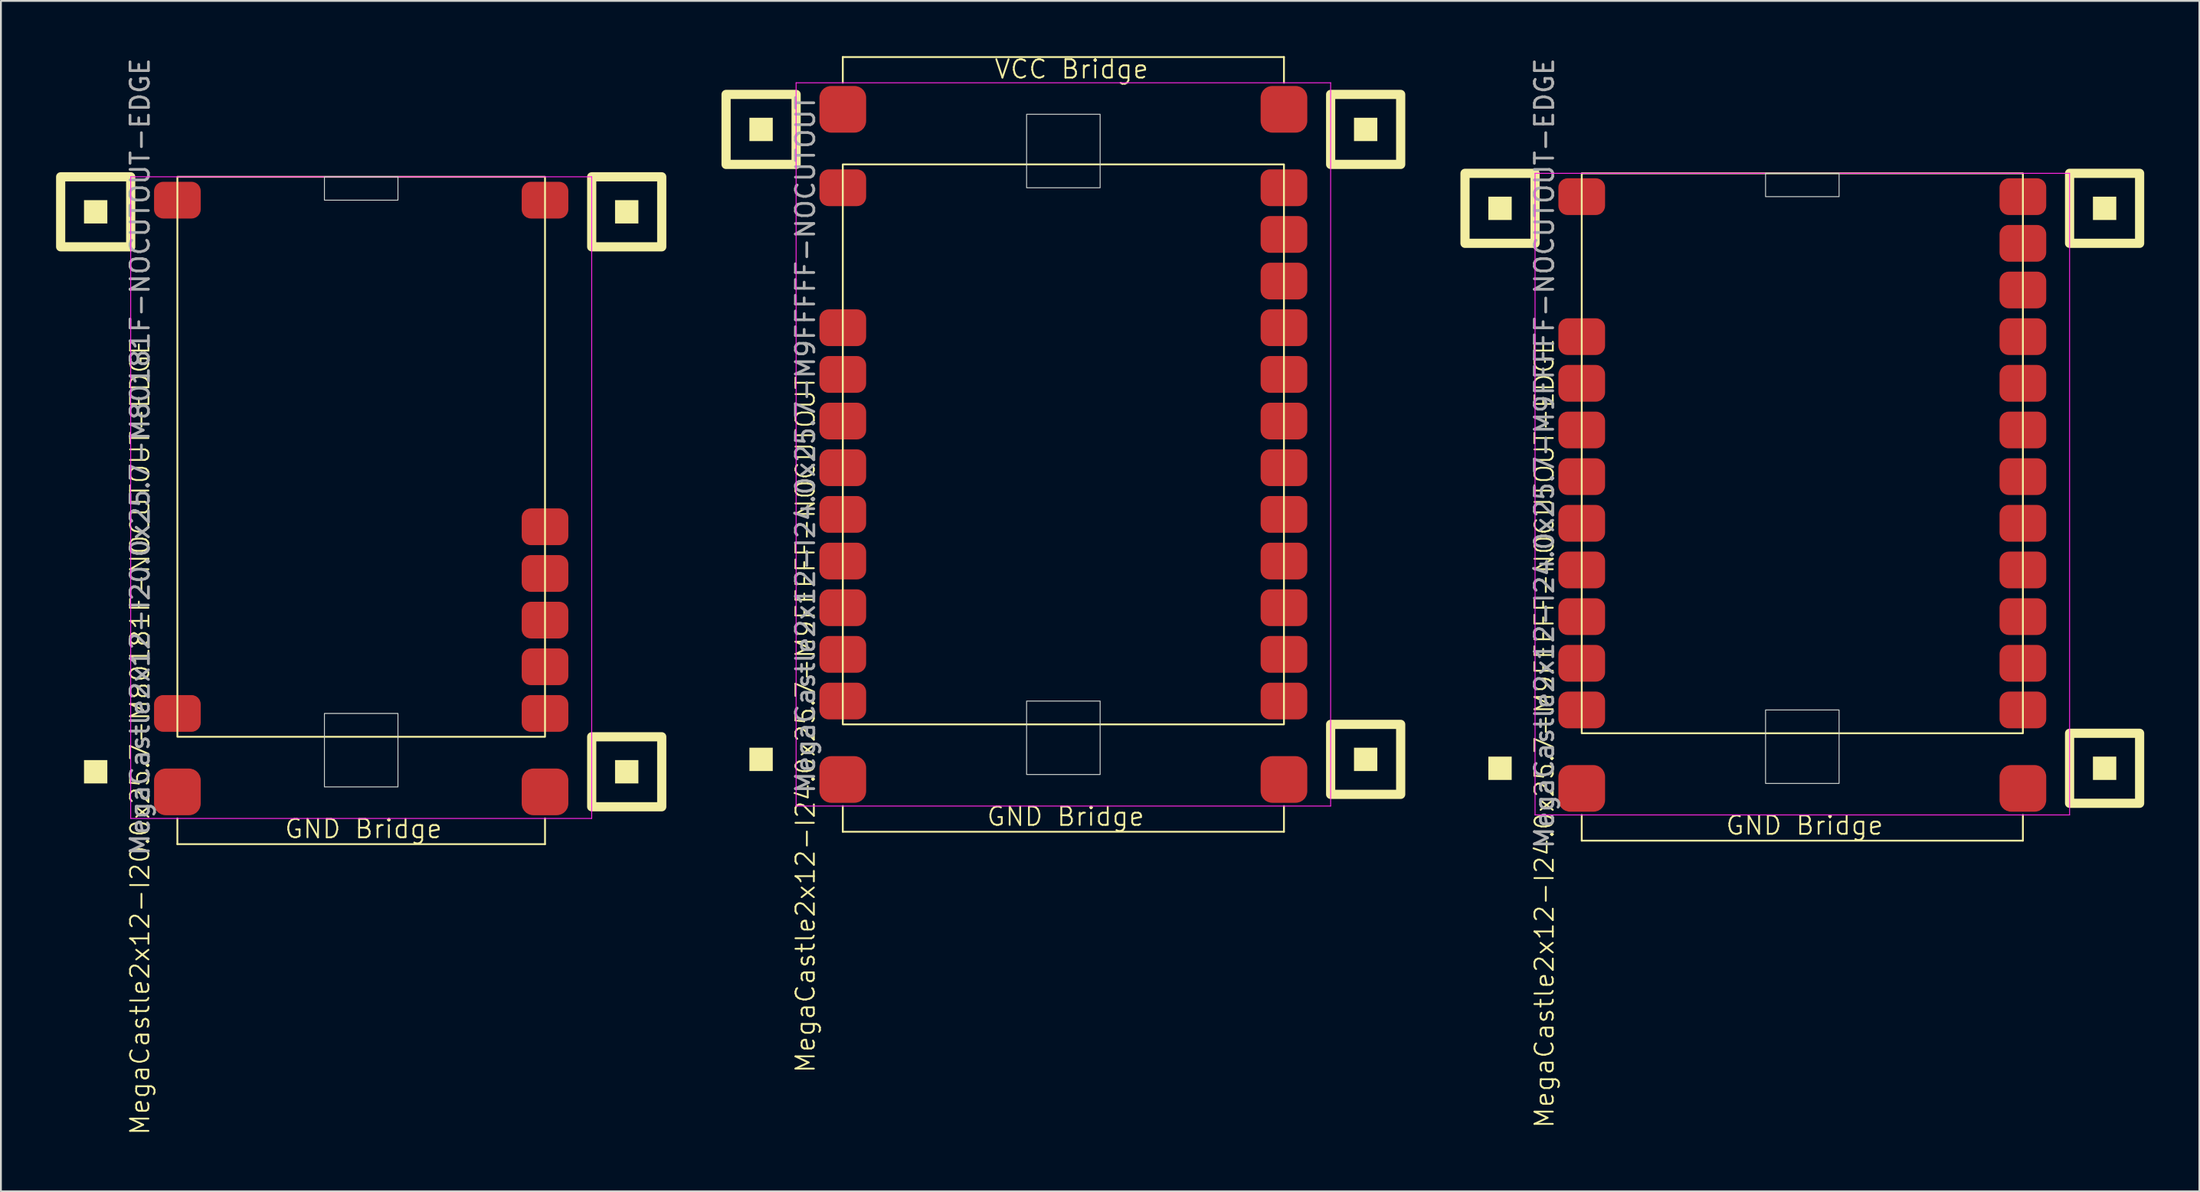
<source format=kicad_pcb>
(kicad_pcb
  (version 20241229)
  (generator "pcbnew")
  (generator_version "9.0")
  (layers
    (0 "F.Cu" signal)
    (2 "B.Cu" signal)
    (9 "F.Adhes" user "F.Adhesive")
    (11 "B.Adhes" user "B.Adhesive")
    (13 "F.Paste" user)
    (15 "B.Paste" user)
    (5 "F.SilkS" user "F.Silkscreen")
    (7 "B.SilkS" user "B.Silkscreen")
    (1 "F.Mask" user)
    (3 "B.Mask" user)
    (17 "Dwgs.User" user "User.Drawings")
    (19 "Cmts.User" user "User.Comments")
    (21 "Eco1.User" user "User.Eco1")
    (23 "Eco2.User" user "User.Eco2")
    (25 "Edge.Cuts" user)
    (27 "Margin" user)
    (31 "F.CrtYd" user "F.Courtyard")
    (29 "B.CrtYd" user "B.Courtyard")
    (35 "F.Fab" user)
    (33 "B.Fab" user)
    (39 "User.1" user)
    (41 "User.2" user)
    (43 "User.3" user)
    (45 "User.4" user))
  (footprint "MegaCastle2x12-I20.0x25.7-M80181F-NOCUTOUT-EDGE"
    (layer "F.Cu")
    (at 16.6 21.815)
    (property "Reference" "MegaCastle2x12-I20.0x25.7-M80181F-NOCUTOUT-EDGE" (at -12.032 15.24 90) (unlocked yes) (layer "F.SilkS") (effects (font (size 1 1) (thickness 0.1))))
    (attr smd)
    (fp_line (start -10 19.685) (end -10 21.085) (stroke (width 0.1) (type default)) (layer "F.SilkS"))
    (fp_line (start -10 21.085) (end 10 21.085) (stroke (width 0.1) (type default)) (layer "F.SilkS"))
    (fp_line (start 10 19.685) (end 10 21.085) (stroke (width 0.1) (type default)) (layer "F.SilkS"))
    (fp_rect (start -13.81 -12.7) (end -15.08 -13.97) (stroke (width 0) (type solid)) (fill yes) (layer "F.SilkS"))
    (fp_rect (start -13.81 17.78) (end -15.08 16.51) (stroke (width 0) (type solid)) (fill yes) (layer "F.SilkS"))
    (fp_rect (start -12.54 -11.43) (end -16.35 -15.24) (stroke (width 0.5) (type default)) (fill no) (layer "F.SilkS"))
    (fp_rect (start -10 -15.24) (end 10 15.24) (stroke (width 0.1) (type default)) (fill no) (layer "F.SilkS"))
    (fp_rect (start 15.08 -12.7) (end 13.81 -13.97) (stroke (width 0) (type solid)) (fill yes) (layer "F.SilkS"))
    (fp_rect (start 15.08 17.78) (end 13.81 16.51) (stroke (width 0) (type solid)) (fill yes) (layer "F.SilkS"))
    (fp_rect (start 16.35 -11.43) (end 12.54 -15.24) (stroke (width 0.5) (type default)) (fill no) (layer "F.SilkS"))
    (fp_rect (start 16.35 19.05) (end 12.54 15.24) (stroke (width 0.5) (type default)) (fill no) (layer "F.SilkS"))
    (fp_rect (start -2 -13.97) (end 2 -15.24) (stroke (width 0.05) (type default)) (fill no) (layer "Edge.Cuts"))
    (fp_rect (start -2 13.97) (end 2 17.97) (stroke (width 0.05) (type default)) (fill no) (layer "Edge.Cuts"))
    (fp_line (start -12.54 -15.24) (end -12.54 19.685) (stroke (width 0.05) (type default)) (layer "F.CrtYd"))
    (fp_line (start -12.54 19.685) (end 12.54 19.685) (stroke (width 0.05) (type default)) (layer "F.CrtYd"))
    (fp_line (start 12.54 -15.24) (end -12.54 -15.24) (stroke (width 0.05) (type default)) (layer "F.CrtYd"))
    (fp_line (start 12.54 -15.24) (end 12.54 19.685) (stroke (width 0.05) (type default)) (layer "F.CrtYd"))
    (fp_text user "GND Bridge" (at -4.226 20.84 0) (unlocked yes) (layer "F.SilkS") (effects (font (size 1 1) (thickness 0.1)) (justify left bottom)))
    (fp_text user "${REFERENCE}" (at -12.032 0 90) (unlocked yes) (layer "F.Fab") (effects (font (size 1 1) (thickness 0.15))))
    (pad "1" smd roundrect (at -10 -13.97) (size 2.54 2) (layers "F.Cu" "F.Mask" "F.Paste") (roundrect_rratio 0.25))
    (pad "12" smd roundrect (at -10 13.97) (size 2.54 2) (layers "F.Cu" "F.Mask" "F.Paste") (roundrect_rratio 0.25))
    (pad "13" smd roundrect (at 10 -13.97) (size 2.54 2) (layers "F.Cu" "F.Mask" "F.Paste") (roundrect_rratio 0.25))
    (pad "20" smd roundrect (at 10 3.81) (size 2.54 2) (layers "F.Cu" "F.Mask" "F.Paste") (roundrect_rratio 0.25))
    (pad "21" smd roundrect (at 10 6.35) (size 2.54 2) (layers "F.Cu" "F.Mask" "F.Paste") (roundrect_rratio 0.25))
    (pad "22" smd roundrect (at 10 8.89) (size 2.54 2) (layers "F.Cu" "F.Mask" "F.Paste") (roundrect_rratio 0.25))
    (pad "23" smd roundrect (at 10 11.43) (size 2.54 2) (layers "F.Cu" "F.Mask" "F.Paste") (roundrect_rratio 0.25))
    (pad "24" smd roundrect (at 10 13.97) (size 2.54 2) (layers "F.Cu" "F.Mask" "F.Paste") (roundrect_rratio 0.25))
    (pad "B1" smd roundrect (at -10 18.24) (size 2.54 2.54) (layers "F.Cu" "F.Mask" "F.Paste") (roundrect_rratio 0.25))
    (pad "B2" smd roundrect (at 10 18.24) (size 2.54 2.54) (layers "F.Cu" "F.Mask" "F.Paste") (roundrect_rratio 0.25)))
  (footprint "MegaCastle2x12-I24.0x25.7-M9FFFFF-NOCUTOUT"
    (layer "F.Cu")
    (at 54.8 21.14)
    (property "Reference" "MegaCastle2x12-I24.0x25.7-M9FFFFF-NOCUTOUT" (at -14.032 15.24 90) (unlocked yes) (layer "F.SilkS") (effects (font (size 1 1) (thickness 0.1))))
    (attr smd)
    (fp_line (start -12 -21.085) (end 12 -21.085) (stroke (width 0.1) (type default)) (layer "F.SilkS"))
    (fp_line (start -12 -19.685) (end -12 -21.085) (stroke (width 0.1) (type default)) (layer "F.SilkS"))
    (fp_line (start -12 19.685) (end -12 21.085) (stroke (width 0.1) (type default)) (layer "F.SilkS"))
    (fp_line (start -12 21.085) (end 12 21.085) (stroke (width 0.1) (type default)) (layer "F.SilkS"))
    (fp_line (start 12 -19.685) (end 12 -21.085) (stroke (width 0.1) (type default)) (layer "F.SilkS"))
    (fp_line (start 12 19.685) (end 12 21.085) (stroke (width 0.1) (type default)) (layer "F.SilkS"))
    (fp_rect (start -15.81 -16.51) (end -17.08 -17.78) (stroke (width 0) (type solid)) (fill yes) (layer "F.SilkS"))
    (fp_rect (start -15.81 17.78) (end -17.08 16.51) (stroke (width 0) (type solid)) (fill yes) (layer "F.SilkS"))
    (fp_rect (start -14.54 -15.24) (end -18.35 -19.05) (stroke (width 0.5) (type default)) (fill no) (layer "F.SilkS"))
    (fp_rect (start -12 -15.24) (end 12 15.24) (stroke (width 0.1) (type default)) (fill no) (layer "F.SilkS"))
    (fp_rect (start 17.08 -16.51) (end 15.81 -17.78) (stroke (width 0) (type solid)) (fill yes) (layer "F.SilkS"))
    (fp_rect (start 17.08 17.78) (end 15.81 16.51) (stroke (width 0) (type solid)) (fill yes) (layer "F.SilkS"))
    (fp_rect (start 18.35 -15.24) (end 14.54 -19.05) (stroke (width 0.5) (type default)) (fill no) (layer "F.SilkS"))
    (fp_rect (start 18.35 19.05) (end 14.54 15.24) (stroke (width 0.5) (type default)) (fill no) (layer "F.SilkS"))
    (fp_rect (start -2 -13.97) (end 2 -17.97) (stroke (width 0.05) (type default)) (fill no) (layer "Edge.Cuts"))
    (fp_rect (start -2 13.97) (end 2 17.97) (stroke (width 0.05) (type default)) (fill no) (layer "Edge.Cuts"))
    (fp_line (start -14.54 -19.685) (end -14.54 19.685) (stroke (width 0.05) (type default)) (layer "F.CrtYd"))
    (fp_line (start -14.54 19.685) (end 14.54 19.685) (stroke (width 0.05) (type default)) (layer "F.CrtYd"))
    (fp_line (start 14.54 -19.685) (end -14.54 -19.685) (stroke (width 0.05) (type default)) (layer "F.CrtYd"))
    (fp_line (start 14.54 -19.685) (end 14.54 19.685) (stroke (width 0.05) (type default)) (layer "F.CrtYd"))
    (fp_text user "GND Bridge" (at -4.226 20.84 0) (unlocked yes) (layer "F.SilkS") (effects (font (size 1 1) (thickness 0.1)) (justify left bottom)))
    (fp_text user "VCC Bridge" (at -3.81 -19.84 0) (unlocked yes) (layer "F.SilkS") (effects (font (size 1 1) (thickness 0.1)) (justify left bottom)))
    (fp_text user "${REFERENCE}" (at -14.032 0 90) (unlocked yes) (layer "F.Fab") (effects (font (size 1 1) (thickness 0.15))))
    (pad "1" smd roundrect (at -12 -13.97) (size 2.54 2) (layers "F.Cu" "F.Mask" "F.Paste") (roundrect_rratio 0.25))
    (pad "4" smd roundrect (at -12 -6.35) (size 2.54 2) (layers "F.Cu" "F.Mask" "F.Paste") (roundrect_rratio 0.25))
    (pad "5" smd roundrect (at -12 -3.81) (size 2.54 2) (layers "F.Cu" "F.Mask" "F.Paste") (roundrect_rratio 0.25))
    (pad "6" smd roundrect (at -12 -1.27) (size 2.54 2) (layers "F.Cu" "F.Mask" "F.Paste") (roundrect_rratio 0.25))
    (pad "7" smd roundrect (at -12 1.27) (size 2.54 2) (layers "F.Cu" "F.Mask" "F.Paste") (roundrect_rratio 0.25))
    (pad "8" smd roundrect (at -12 3.81) (size 2.54 2) (layers "F.Cu" "F.Mask" "F.Paste") (roundrect_rratio 0.25))
    (pad "9" smd roundrect (at -12 6.35) (size 2.54 2) (layers "F.Cu" "F.Mask" "F.Paste") (roundrect_rratio 0.25))
    (pad "10" smd roundrect (at -12 8.89) (size 2.54 2) (layers "F.Cu" "F.Mask" "F.Paste") (roundrect_rratio 0.25))
    (pad "11" smd roundrect (at -12 11.43) (size 2.54 2) (layers "F.Cu" "F.Mask" "F.Paste") (roundrect_rratio 0.25))
    (pad "12" smd roundrect (at -12 13.97) (size 2.54 2) (layers "F.Cu" "F.Mask" "F.Paste") (roundrect_rratio 0.25))
    (pad "13" smd roundrect (at 12 -13.97) (size 2.54 2) (layers "F.Cu" "F.Mask" "F.Paste") (roundrect_rratio 0.25))
    (pad "14" smd roundrect (at 12 -11.43) (size 2.54 2) (layers "F.Cu" "F.Mask" "F.Paste") (roundrect_rratio 0.25))
    (pad "15" smd roundrect (at 12 -8.89) (size 2.54 2) (layers "F.Cu" "F.Mask" "F.Paste") (roundrect_rratio 0.25))
    (pad "16" smd roundrect (at 12 -6.35) (size 2.54 2) (layers "F.Cu" "F.Mask" "F.Paste") (roundrect_rratio 0.25))
    (pad "17" smd roundrect (at 12 -3.81) (size 2.54 2) (layers "F.Cu" "F.Mask" "F.Paste") (roundrect_rratio 0.25))
    (pad "18" smd roundrect (at 12 -1.27) (size 2.54 2) (layers "F.Cu" "F.Mask" "F.Paste") (roundrect_rratio 0.25))
    (pad "19" smd roundrect (at 12 1.27) (size 2.54 2) (layers "F.Cu" "F.Mask" "F.Paste") (roundrect_rratio 0.25))
    (pad "20" smd roundrect (at 12 3.81) (size 2.54 2) (layers "F.Cu" "F.Mask" "F.Paste") (roundrect_rratio 0.25))
    (pad "21" smd roundrect (at 12 6.35) (size 2.54 2) (layers "F.Cu" "F.Mask" "F.Paste") (roundrect_rratio 0.25))
    (pad "22" smd roundrect (at 12 8.89) (size 2.54 2) (layers "F.Cu" "F.Mask" "F.Paste") (roundrect_rratio 0.25))
    (pad "23" smd roundrect (at 12 11.43) (size 2.54 2) (layers "F.Cu" "F.Mask" "F.Paste") (roundrect_rratio 0.25))
    (pad "24" smd roundrect (at 12 13.97) (size 2.54 2) (layers "F.Cu" "F.Mask" "F.Paste") (roundrect_rratio 0.25))
    (pad "A1" smd roundrect (at -12 -18.24) (size 2.54 2.54) (layers "F.Cu" "F.Mask" "F.Paste") (roundrect_rratio 0.25))
    (pad "A2" smd roundrect (at 12 -18.24) (size 2.54 2.54) (layers "F.Cu" "F.Mask" "F.Paste") (roundrect_rratio 0.25))
    (pad "B1" smd roundrect (at -12 18.24) (size 2.54 2.54) (layers "F.Cu" "F.Mask" "F.Paste") (roundrect_rratio 0.25))
    (pad "B2" smd roundrect (at 12 18.24) (size 2.54 2.54) (layers "F.Cu" "F.Mask" "F.Paste") (roundrect_rratio 0.25)))
  (footprint "MegaCastle2x12-I24.0x25.7-M9FFFFF-NOCUTOUT-EDGE"
    (layer "F.Cu")
    (at 95 21.625)
    (property "Reference" "MegaCastle2x12-I24.0x25.7-M9FFFFF-NOCUTOUT-EDGE" (at -14.032 15.24 90) (unlocked yes) (layer "F.SilkS") (effects (font (size 1 1) (thickness 0.1))))
    (attr smd)
    (fp_line (start -12 19.685) (end -12 21.085) (stroke (width 0.1) (type default)) (layer "F.SilkS"))
    (fp_line (start -12 21.085) (end 12 21.085) (stroke (width 0.1) (type default)) (layer "F.SilkS"))
    (fp_line (start 12 19.685) (end 12 21.085) (stroke (width 0.1) (type default)) (layer "F.SilkS"))
    (fp_rect (start -15.81 -12.7) (end -17.08 -13.97) (stroke (width 0) (type solid)) (fill yes) (layer "F.SilkS"))
    (fp_rect (start -15.81 17.78) (end -17.08 16.51) (stroke (width 0) (type solid)) (fill yes) (layer "F.SilkS"))
    (fp_rect (start -14.54 -11.43) (end -18.35 -15.24) (stroke (width 0.5) (type default)) (fill no) (layer "F.SilkS"))
    (fp_rect (start -12 -15.24) (end 12 15.24) (stroke (width 0.1) (type default)) (fill no) (layer "F.SilkS"))
    (fp_rect (start 17.08 -12.7) (end 15.81 -13.97) (stroke (width 0) (type solid)) (fill yes) (layer "F.SilkS"))
    (fp_rect (start 17.08 17.78) (end 15.81 16.51) (stroke (width 0) (type solid)) (fill yes) (layer "F.SilkS"))
    (fp_rect (start 18.35 -11.43) (end 14.54 -15.24) (stroke (width 0.5) (type default)) (fill no) (layer "F.SilkS"))
    (fp_rect (start 18.35 19.05) (end 14.54 15.24) (stroke (width 0.5) (type default)) (fill no) (layer "F.SilkS"))
    (fp_rect (start -2 -13.97) (end 2 -15.24) (stroke (width 0.05) (type default)) (fill no) (layer "Edge.Cuts"))
    (fp_rect (start -2 13.97) (end 2 17.97) (stroke (width 0.05) (type default)) (fill no) (layer "Edge.Cuts"))
    (fp_line (start -14.54 -15.24) (end -14.54 19.685) (stroke (width 0.05) (type default)) (layer "F.CrtYd"))
    (fp_line (start -14.54 19.685) (end 14.54 19.685) (stroke (width 0.05) (type default)) (layer "F.CrtYd"))
    (fp_line (start 14.54 -15.24) (end -14.54 -15.24) (stroke (width 0.05) (type default)) (layer "F.CrtYd"))
    (fp_line (start 14.54 -15.24) (end 14.54 19.685) (stroke (width 0.05) (type default)) (layer "F.CrtYd"))
    (fp_text user "GND Bridge" (at -4.226 20.84 0) (unlocked yes) (layer "F.SilkS") (effects (font (size 1 1) (thickness 0.1)) (justify left bottom)))
    (fp_text user "${REFERENCE}" (at -14.032 0 90) (unlocked yes) (layer "F.Fab") (effects (font (size 1 1) (thickness 0.15))))
    (pad "1" smd roundrect (at -12 -13.97) (size 2.54 2) (layers "F.Cu" "F.Mask" "F.Paste") (roundrect_rratio 0.25))
    (pad "4" smd roundrect (at -12 -6.35) (size 2.54 2) (layers "F.Cu" "F.Mask" "F.Paste") (roundrect_rratio 0.25))
    (pad "5" smd roundrect (at -12 -3.81) (size 2.54 2) (layers "F.Cu" "F.Mask" "F.Paste") (roundrect_rratio 0.25))
    (pad "6" smd roundrect (at -12 -1.27) (size 2.54 2) (layers "F.Cu" "F.Mask" "F.Paste") (roundrect_rratio 0.25))
    (pad "7" smd roundrect (at -12 1.27) (size 2.54 2) (layers "F.Cu" "F.Mask" "F.Paste") (roundrect_rratio 0.25))
    (pad "8" smd roundrect (at -12 3.81) (size 2.54 2) (layers "F.Cu" "F.Mask" "F.Paste") (roundrect_rratio 0.25))
    (pad "9" smd roundrect (at -12 6.35) (size 2.54 2) (layers "F.Cu" "F.Mask" "F.Paste") (roundrect_rratio 0.25))
    (pad "10" smd roundrect (at -12 8.89) (size 2.54 2) (layers "F.Cu" "F.Mask" "F.Paste") (roundrect_rratio 0.25))
    (pad "11" smd roundrect (at -12 11.43) (size 2.54 2) (layers "F.Cu" "F.Mask" "F.Paste") (roundrect_rratio 0.25))
    (pad "12" smd roundrect (at -12 13.97) (size 2.54 2) (layers "F.Cu" "F.Mask" "F.Paste") (roundrect_rratio 0.25))
    (pad "13" smd roundrect (at 12 -13.97) (size 2.54 2) (layers "F.Cu" "F.Mask" "F.Paste") (roundrect_rratio 0.25))
    (pad "14" smd roundrect (at 12 -11.43) (size 2.54 2) (layers "F.Cu" "F.Mask" "F.Paste") (roundrect_rratio 0.25))
    (pad "15" smd roundrect (at 12 -8.89) (size 2.54 2) (layers "F.Cu" "F.Mask" "F.Paste") (roundrect_rratio 0.25))
    (pad "16" smd roundrect (at 12 -6.35) (size 2.54 2) (layers "F.Cu" "F.Mask" "F.Paste") (roundrect_rratio 0.25))
    (pad "17" smd roundrect (at 12 -3.81) (size 2.54 2) (layers "F.Cu" "F.Mask" "F.Paste") (roundrect_rratio 0.25))
    (pad "18" smd roundrect (at 12 -1.27) (size 2.54 2) (layers "F.Cu" "F.Mask" "F.Paste") (roundrect_rratio 0.25))
    (pad "19" smd roundrect (at 12 1.27) (size 2.54 2) (layers "F.Cu" "F.Mask" "F.Paste") (roundrect_rratio 0.25))
    (pad "20" smd roundrect (at 12 3.81) (size 2.54 2) (layers "F.Cu" "F.Mask" "F.Paste") (roundrect_rratio 0.25))
    (pad "21" smd roundrect (at 12 6.35) (size 2.54 2) (layers "F.Cu" "F.Mask" "F.Paste") (roundrect_rratio 0.25))
    (pad "22" smd roundrect (at 12 8.89) (size 2.54 2) (layers "F.Cu" "F.Mask" "F.Paste") (roundrect_rratio 0.25))
    (pad "23" smd roundrect (at 12 11.43) (size 2.54 2) (layers "F.Cu" "F.Mask" "F.Paste") (roundrect_rratio 0.25))
    (pad "24" smd roundrect (at 12 13.97) (size 2.54 2) (layers "F.Cu" "F.Mask" "F.Paste") (roundrect_rratio 0.25))
    (pad "B1" smd roundrect (at -12 18.24) (size 2.54 2.54) (layers "F.Cu" "F.Mask" "F.Paste") (roundrect_rratio 0.25))
    (pad "B2" smd roundrect (at 12 18.24) (size 2.54 2.54) (layers "F.Cu" "F.Mask" "F.Paste") (roundrect_rratio 0.25)))
  (gr_rect
    (start -3 -3)
    (end 116.6 61.796)
    (stroke (width 0.1) (type default))
    (fill no)
    (layer "Edge.Cuts")))
</source>
